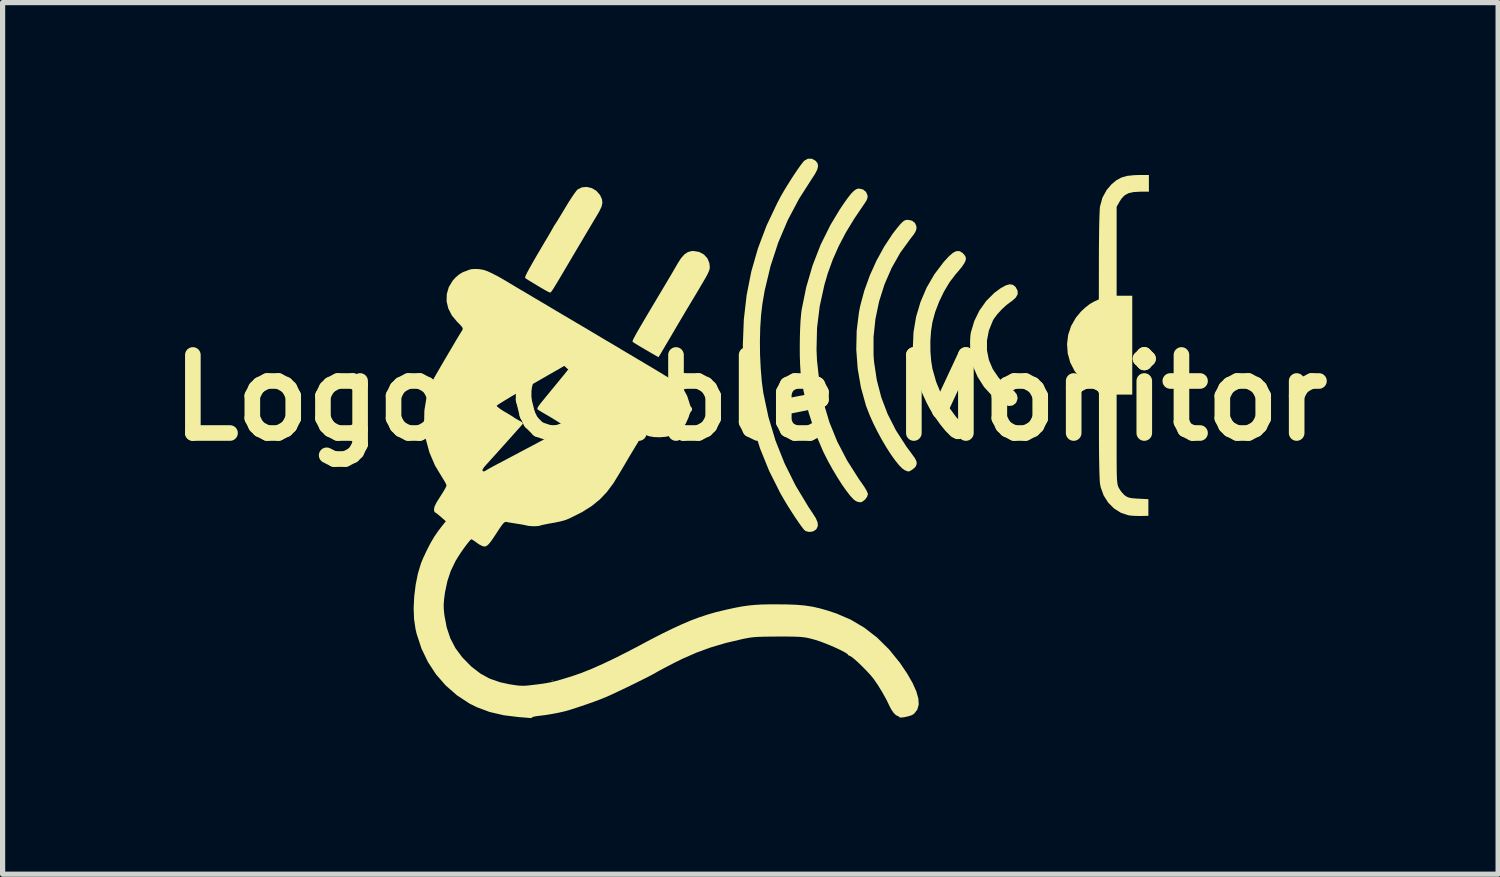
<source format=kicad_pcb>
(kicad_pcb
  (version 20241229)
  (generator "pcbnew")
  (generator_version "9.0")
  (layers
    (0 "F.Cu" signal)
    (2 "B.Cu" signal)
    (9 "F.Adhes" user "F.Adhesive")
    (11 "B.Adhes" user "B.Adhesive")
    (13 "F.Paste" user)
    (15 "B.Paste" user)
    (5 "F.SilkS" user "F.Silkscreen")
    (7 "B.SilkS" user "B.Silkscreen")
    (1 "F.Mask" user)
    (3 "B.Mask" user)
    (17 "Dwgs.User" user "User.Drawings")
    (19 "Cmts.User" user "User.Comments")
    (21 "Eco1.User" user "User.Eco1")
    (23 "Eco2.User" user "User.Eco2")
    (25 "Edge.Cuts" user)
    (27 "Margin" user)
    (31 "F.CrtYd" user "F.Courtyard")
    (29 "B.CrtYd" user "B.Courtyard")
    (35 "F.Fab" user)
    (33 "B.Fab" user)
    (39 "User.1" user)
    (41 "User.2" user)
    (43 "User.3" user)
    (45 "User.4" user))
  (footprint "Logo Cable Monitor"
    (layer "F.Cu")
    (at 11.371 4.594)
    (property "Reference" "Logo Cable Monitor" (at 0 0 0) (layer "F.SilkS") (effects (font (size 1.5 1.5) (thickness 0.3))))
    (attr board_only exclude_from_pos_files exclude_from_bom)
    (fp_poly (pts (xy -3.8 5.43) (xy -3.81 5.44) (xy -3.82 5.43) (xy -3.81 5.42)) (stroke (width 0) (type solid)) (fill yes) (layer "F.SilkS"))
    (fp_poly (pts (xy 5.049 -2.169) (xy 5.099 -2.127) (xy 5.137 -2.056) (xy 5.138 -1.988) (xy 5.1 -1.922) (xy 5.023 -1.855) (xy 5.001 -1.841) (xy 4.918 -1.778) (xy 4.831 -1.697) (xy 4.75 -1.609) (xy 4.686 -1.524) (xy 4.661 -1.482) (xy 4.585 -1.293) (xy 4.548 -1.101) (xy 4.548 -0.91) (xy 4.585 -0.726) (xy 4.659 -0.551) (xy 4.769 -0.389) (xy 4.817 -0.334) (xy 4.877 -0.275) (xy 4.933 -0.225) (xy 4.974 -0.193) (xy 4.98 -0.19) (xy 5.068 -0.13) (xy 5.121 -0.063) (xy 5.138 0.009) (xy 5.116 0.081) (xy 5.099 0.107) (xy 5.042 0.149) (xy 4.968 0.159) (xy 4.883 0.135) (xy 4.83 0.106) (xy 4.647 -0.036) (xy 4.492 -0.206) (xy 4.367 -0.403) (xy 4.271 -0.625) (xy 4.269 -0.63) (xy 4.248 -0.717) (xy 4.233 -0.829) (xy 4.225 -0.955) (xy 4.223 -1.08) (xy 4.229 -1.192) (xy 4.239 -1.257) (xy 4.304 -1.474) (xy 4.403 -1.676) (xy 4.532 -1.858) (xy 4.688 -2.014) (xy 4.808 -2.103) (xy 4.906 -2.158) (xy 4.985 -2.18)) (stroke (width 0) (type solid)) (fill yes) (layer "F.SilkS"))
    (fp_poly (pts (xy 4.02 -2.818) (xy 4.078 -2.783) (xy 4.091 -2.771) (xy 4.126 -2.729) (xy 4.143 -2.688) (xy 4.139 -2.641) (xy 4.113 -2.585) (xy 4.064 -2.513) (xy 3.988 -2.421) (xy 3.944 -2.371) (xy 3.83 -2.222) (xy 3.724 -2.044) (xy 3.629 -1.848) (xy 3.552 -1.646) (xy 3.499 -1.45) (xy 3.473 -1.28) (xy 3.46 -1.09) (xy 3.461 -0.893) (xy 3.476 -0.706) (xy 3.5 -0.558) (xy 3.571 -0.305) (xy 3.666 -0.073) (xy 3.79 0.146) (xy 3.947 0.36) (xy 4.054 0.484) (xy 4.117 0.57) (xy 4.142 0.646) (xy 4.127 0.714) (xy 4.094 0.757) (xy 4.027 0.795) (xy 3.954 0.795) (xy 3.876 0.757) (xy 3.848 0.736) (xy 3.75 0.637) (xy 3.646 0.509) (xy 3.543 0.363) (xy 3.447 0.208) (xy 3.392 0.105) (xy 3.307 -0.079) (xy 3.242 -0.255) (xy 3.192 -0.437) (xy 3.153 -0.641) (xy 3.148 -0.67) (xy 3.123 -0.963) (xy 3.136 -1.259) (xy 3.185 -1.552) (xy 3.27 -1.839) (xy 3.387 -2.113) (xy 3.537 -2.372) (xy 3.717 -2.61) (xy 3.812 -2.713) (xy 3.891 -2.783) (xy 3.959 -2.818)) (stroke (width 0) (type solid)) (fill yes) (layer "F.SilkS"))
    (fp_poly (pts (xy 3.108 -3.403) (xy 3.164 -3.358) (xy 3.19 -3.301) (xy 3.194 -3.254) (xy 3.18 -3.205) (xy 3.147 -3.146) (xy 3.088 -3.07) (xy 3.08 -3.06) (xy 2.883 -2.789) (xy 2.716 -2.494) (xy 2.579 -2.18) (xy 2.475 -1.851) (xy 2.404 -1.512) (xy 2.368 -1.166) (xy 2.368 -0.82) (xy 2.378 -0.688) (xy 2.43 -0.342) (xy 2.516 -0.01) (xy 2.638 0.312) (xy 2.798 0.626) (xy 2.996 0.934) (xy 3.109 1.087) (xy 3.164 1.164) (xy 3.193 1.223) (xy 3.197 1.273) (xy 3.179 1.321) (xy 3.154 1.349) (xy 3.112 1.382) (xy 3.069 1.408) (xy 3.038 1.419) (xy 3.036 1.418) (xy 3.015 1.411) (xy 2.978 1.398) (xy 2.924 1.363) (xy 2.857 1.296) (xy 2.781 1.201) (xy 2.698 1.085) (xy 2.612 0.951) (xy 2.526 0.805) (xy 2.443 0.652) (xy 2.365 0.496) (xy 2.296 0.342) (xy 2.239 0.196) (xy 2.222 0.15) (xy 2.125 -0.199) (xy 2.063 -0.56) (xy 2.036 -0.925) (xy 2.044 -1.289) (xy 2.088 -1.645) (xy 2.113 -1.77) (xy 2.191 -2.059) (xy 2.297 -2.352) (xy 2.427 -2.639) (xy 2.576 -2.91) (xy 2.739 -3.156) (xy 2.828 -3.27) (xy 2.887 -3.34) (xy 2.931 -3.384) (xy 2.967 -3.408) (xy 3.003 -3.418) (xy 3.031 -3.419)) (stroke (width 0) (type solid)) (fill yes) (layer "F.SilkS"))
    (fp_poly (pts (xy -0.983 -2.802) (xy -0.893 -2.753) (xy -0.825 -2.679) (xy -0.787 -2.585) (xy -0.78 -2.521) (xy -0.78 -2.498) (xy -0.783 -2.475) (xy -0.79 -2.449) (xy -0.803 -2.417) (xy -0.823 -2.374) (xy -0.854 -2.316) (xy -0.897 -2.242) (xy -0.954 -2.145) (xy -1.026 -2.023) (xy -1.117 -1.872) (xy -1.16 -1.8) (xy -1.208 -1.72) (xy -1.27 -1.616) (xy -1.341 -1.496) (xy -1.415 -1.371) (xy -1.48 -1.26) (xy -1.563 -1.118) (xy -1.629 -1.007) (xy -1.678 -0.924) (xy -1.714 -0.863) (xy -1.738 -0.822) (xy -1.754 -0.797) (xy -1.762 -0.785) (xy -1.766 -0.781) (xy -1.767 -0.78) (xy -1.784 -0.79) (xy -1.83 -0.816) (xy -1.897 -0.855) (xy -1.98 -0.903) (xy -2.007 -0.919) (xy -2.095 -0.97) (xy -2.171 -1.016) (xy -2.228 -1.051) (xy -2.258 -1.071) (xy -2.261 -1.073) (xy -2.264 -1.08) (xy -2.262 -1.093) (xy -2.254 -1.114) (xy -2.238 -1.147) (xy -2.213 -1.193) (xy -2.179 -1.255) (xy -2.132 -1.337) (xy -2.072 -1.439) (xy -1.998 -1.565) (xy -1.907 -1.718) (xy -1.799 -1.899) (xy -1.672 -2.112) (xy -1.649 -2.15) (xy -1.585 -2.259) (xy -1.52 -2.368) (xy -1.461 -2.469) (xy -1.414 -2.55) (xy -1.4 -2.575) (xy -1.331 -2.683) (xy -1.266 -2.756) (xy -1.199 -2.8) (xy -1.124 -2.819) (xy -1.09 -2.82)) (stroke (width 0) (type solid)) (fill yes) (layer "F.SilkS"))
    (fp_poly (pts (xy -3.045 -4.028) (xy -2.96 -3.977) (xy -2.892 -3.9) (xy -2.885 -3.889) (xy -2.852 -3.816) (xy -2.843 -3.748) (xy -2.859 -3.674) (xy -2.901 -3.585) (xy -2.922 -3.549) (xy -2.963 -3.479) (xy -3.018 -3.387) (xy -3.081 -3.281) (xy -3.144 -3.175) (xy -3.159 -3.15) (xy -3.221 -3.045) (xy -3.297 -2.917) (xy -3.379 -2.779) (xy -3.461 -2.64) (xy -3.52 -2.54) (xy -3.607 -2.393) (xy -3.676 -2.276) (xy -3.73 -2.187) (xy -3.77 -2.121) (xy -3.799 -2.075) (xy -3.819 -2.046) (xy -3.833 -2.03) (xy -3.843 -2.023) (xy -3.85 -2.021) (xy -3.874 -2.031) (xy -3.925 -2.057) (xy -3.995 -2.097) (xy -4.079 -2.146) (xy -4.09 -2.153) (xy -4.174 -2.204) (xy -4.247 -2.248) (xy -4.3 -2.282) (xy -4.327 -2.3) (xy -4.328 -2.301) (xy -4.328 -2.317) (xy -4.315 -2.353) (xy -4.286 -2.412) (xy -4.241 -2.495) (xy -4.179 -2.605) (xy -4.099 -2.744) (xy -3.999 -2.913) (xy -3.948 -3) (xy -3.893 -3.091) (xy -3.846 -3.172) (xy -3.81 -3.235) (xy -3.789 -3.273) (xy -3.785 -3.28) (xy -3.763 -3.319) (xy -3.754 -3.33) (xy -3.739 -3.353) (xy -3.706 -3.404) (xy -3.661 -3.479) (xy -3.606 -3.569) (xy -3.553 -3.658) (xy -3.491 -3.76) (xy -3.431 -3.853) (xy -3.379 -3.929) (xy -3.339 -3.982) (xy -3.318 -4.004) (xy -3.234 -4.044) (xy -3.14 -4.051)) (stroke (width 0) (type solid)) (fill yes) (layer "F.SilkS"))
    (fp_poly (pts (xy 1.247 -4.559) (xy 1.289 -4.512) (xy 1.302 -4.456) (xy 1.287 -4.387) (xy 1.243 -4.3) (xy 1.192 -4.223) (xy 0.938 -3.826) (xy 0.718 -3.411) (xy 0.535 -2.979) (xy 0.388 -2.529) (xy 0.276 -2.062) (xy 0.231 -1.8) (xy 0.206 -1.585) (xy 0.19 -1.342) (xy 0.184 -1.081) (xy 0.187 -0.815) (xy 0.2 -0.552) (xy 0.221 -0.305) (xy 0.25 -0.09) (xy 0.348 0.372) (xy 0.483 0.822) (xy 0.657 1.26) (xy 0.869 1.687) (xy 1.119 2.102) (xy 1.198 2.219) (xy 1.26 2.318) (xy 1.293 2.397) (xy 1.298 2.461) (xy 1.276 2.515) (xy 1.259 2.536) (xy 1.204 2.57) (xy 1.133 2.58) (xy 1.066 2.564) (xy 1.057 2.559) (xy 1.029 2.533) (xy 0.985 2.477) (xy 0.929 2.398) (xy 0.864 2.303) (xy 0.794 2.195) (xy 0.722 2.082) (xy 0.654 1.969) (xy 0.592 1.862) (xy 0.574 1.83) (xy 0.361 1.405) (xy 0.186 0.973) (xy 0.049 0.531) (xy -0.051 0.077) (xy -0.115 -0.39) (xy -0.142 -0.874) (xy -0.144 -1.02) (xy -0.125 -1.505) (xy -0.071 -1.973) (xy 0.019 -2.428) (xy 0.147 -2.873) (xy 0.312 -3.309) (xy 0.517 -3.741) (xy 0.585 -3.87) (xy 0.64 -3.966) (xy 0.704 -4.072) (xy 0.774 -4.183) (xy 0.844 -4.291) (xy 0.911 -4.39) (xy 0.969 -4.472) (xy 1.015 -4.531) (xy 1.037 -4.555) (xy 1.104 -4.593) (xy 1.178 -4.594)) (stroke (width 0) (type solid)) (fill yes) (layer "F.SilkS"))
    (fp_poly (pts (xy 2.167 -4.002) (xy 2.224 -3.954) (xy 2.252 -3.89) (xy 2.253 -3.846) (xy 2.237 -3.799) (xy 2.198 -3.737) (xy 2.193 -3.73) (xy 2 -3.445) (xy 1.836 -3.176) (xy 1.699 -2.915) (xy 1.584 -2.655) (xy 1.488 -2.39) (xy 1.423 -2.167) (xy 1.333 -1.756) (xy 1.282 -1.342) (xy 1.272 -0.923) (xy 1.281 -0.718) (xy 1.326 -0.305) (xy 1.405 0.09) (xy 1.52 0.472) (xy 1.67 0.842) (xy 1.859 1.205) (xy 2.086 1.563) (xy 2.146 1.648) (xy 2.196 1.721) (xy 2.234 1.787) (xy 2.256 1.836) (xy 2.26 1.852) (xy 2.244 1.904) (xy 2.204 1.958) (xy 2.153 1.998) (xy 2.13 2.008) (xy 2.085 2.007) (xy 2.031 1.989) (xy 2.03 1.989) (xy 1.98 1.95) (xy 1.916 1.88) (xy 1.842 1.784) (xy 1.759 1.666) (xy 1.673 1.531) (xy 1.585 1.384) (xy 1.499 1.23) (xy 1.419 1.073) (xy 1.398 1.03) (xy 1.245 0.67) (xy 1.121 0.285) (xy 1.023 -0.128) (xy 0.976 -0.4) (xy 0.964 -0.508) (xy 0.956 -0.647) (xy 0.951 -0.807) (xy 0.95 -0.98) (xy 0.952 -1.157) (xy 0.957 -1.328) (xy 0.965 -1.485) (xy 0.977 -1.618) (xy 0.986 -1.69) (xy 1.074 -2.124) (xy 1.196 -2.542) (xy 1.352 -2.943) (xy 1.541 -3.323) (xy 1.715 -3.612) (xy 1.805 -3.746) (xy 1.879 -3.849) (xy 1.939 -3.924) (xy 1.99 -3.975) (xy 2.033 -4.006) (xy 2.073 -4.019) (xy 2.09 -4.02)) (stroke (width 0) (type solid)) (fill yes) (layer "F.SilkS"))
    (fp_poly (pts (xy 7.66 -4.12) (xy 7.66 -3.96) (xy 7.495 -3.96) (xy 7.368 -3.953) (xy 7.271 -3.932) (xy 7.196 -3.892) (xy 7.136 -3.83) (xy 7.101 -3.777) (xy 7.04 -3.67) (xy 7.04 -2.815) (xy 7.04 -1.96) (xy 7.19 -1.96) (xy 7.34 -1.96) (xy 7.34 -1.01) (xy 7.34 -0.06) (xy 7.19 -0.06) (xy 7.04 -0.06) (xy 7.04 0.794) (xy 7.04 1.001) (xy 7.04 1.173) (xy 7.041 1.312) (xy 7.042 1.423) (xy 7.044 1.509) (xy 7.047 1.575) (xy 7.052 1.625) (xy 7.057 1.662) (xy 7.064 1.69) (xy 7.072 1.713) (xy 7.082 1.734) (xy 7.125 1.801) (xy 7.179 1.862) (xy 7.195 1.876) (xy 7.234 1.902) (xy 7.274 1.919) (xy 7.326 1.93) (xy 7.402 1.937) (xy 7.458 1.94) (xy 7.65 1.95) (xy 7.65 2.11) (xy 7.65 2.27) (xy 7.5 2.273) (xy 7.412 2.272) (xy 7.327 2.267) (xy 7.264 2.259) (xy 7.119 2.21) (xy 6.988 2.127) (xy 6.878 2.016) (xy 6.792 1.881) (xy 6.735 1.726) (xy 6.721 1.657) (xy 6.716 1.607) (xy 6.712 1.522) (xy 6.708 1.406) (xy 6.705 1.264) (xy 6.702 1.1) (xy 6.701 0.919) (xy 6.7 0.725) (xy 6.7 0.706) (xy 6.7 -0.118) (xy 6.581 -0.181) (xy 6.505 -0.229) (xy 6.423 -0.294) (xy 6.35 -0.362) (xy 6.35 -0.362) (xy 6.232 -0.513) (xy 6.148 -0.678) (xy 6.1 -0.852) (xy 6.087 -1.03) (xy 6.108 -1.207) (xy 6.165 -1.378) (xy 6.257 -1.539) (xy 6.358 -1.66) (xy 6.442 -1.737) (xy 6.526 -1.802) (xy 6.594 -1.842) (xy 6.698 -1.89) (xy 6.699 -2.72) (xy 6.7 -2.913) (xy 6.702 -3.094) (xy 6.704 -3.26) (xy 6.707 -3.405) (xy 6.711 -3.525) (xy 6.715 -3.615) (xy 6.72 -3.671) (xy 6.721 -3.677) (xy 6.767 -3.845) (xy 6.849 -3.994) (xy 6.942 -4.102) (xy 7.034 -4.179) (xy 7.132 -4.232) (xy 7.245 -4.264) (xy 7.383 -4.278) (xy 7.461 -4.28) (xy 7.66 -4.28)) (stroke (width 0) (type solid)) (fill yes) (layer "F.SilkS"))
    (fp_poly (pts (xy -5.209 -2.471) (xy -5.13 -2.458) (xy -5.054 -2.432) (xy -4.948 -2.383) (xy -4.815 -2.312) (xy -4.655 -2.219) (xy -4.608 -2.19) (xy -4.564 -2.164) (xy -4.496 -2.123) (xy -4.413 -2.074) (xy -4.336 -2.029) (xy -4.242 -1.973) (xy -4.126 -1.904) (xy -4.002 -1.831) (xy -3.882 -1.76) (xy -3.85 -1.741) (xy -3.732 -1.67) (xy -3.603 -1.594) (xy -3.477 -1.52) (xy -3.369 -1.456) (xy -3.346 -1.442) (xy -3.256 -1.389) (xy -3.141 -1.322) (xy -3.013 -1.245) (xy -2.88 -1.166) (xy -2.756 -1.092) (xy -2.633 -1.02) (xy -2.487 -0.932) (xy -2.326 -0.837) (xy -2.16 -0.738) (xy -1.999 -0.643) (xy -1.9 -0.584) (xy -1.77 -0.506) (xy -1.65 -0.433) (xy -1.543 -0.367) (xy -1.455 -0.311) (xy -1.391 -0.269) (xy -1.356 -0.244) (xy -1.354 -0.242) (xy -1.279 -0.153) (xy -1.216 -0.039) (xy -1.177 0.079) (xy -1.16 0.136) (xy -1.145 0.172) (xy -1.137 0.18) (xy -1.123 0.197) (xy -1.12 0.22) (xy -1.127 0.253) (xy -1.137 0.26) (xy -1.151 0.278) (xy -1.17 0.323) (xy -1.186 0.375) (xy -1.241 0.498) (xy -1.329 0.608) (xy -1.444 0.697) (xy -1.45 0.7) (xy -1.528 0.731) (xy -1.631 0.751) (xy -1.744 0.76) (xy -1.854 0.756) (xy -1.946 0.74) (xy -1.97 0.731) (xy -2.021 0.711) (xy -2.05 0.709) (xy -2.073 0.726) (xy -2.087 0.744) (xy -2.108 0.774) (xy -2.145 0.833) (xy -2.196 0.916) (xy -2.256 1.016) (xy -2.323 1.128) (xy -2.354 1.18) (xy -2.423 1.298) (xy -2.489 1.409) (xy -2.548 1.507) (xy -2.596 1.585) (xy -2.628 1.638) (xy -2.636 1.65) (xy -2.758 1.813) (xy -2.894 1.956) (xy -3.051 2.083) (xy -3.234 2.198) (xy -3.449 2.306) (xy -3.54 2.346) (xy -3.59 2.362) (xy -3.667 2.381) (xy -3.759 2.4) (xy -3.81 2.409) (xy -3.898 2.425) (xy -3.972 2.44) (xy -4.024 2.452) (xy -4.04 2.458) (xy -4.078 2.466) (xy -4.139 2.47) (xy -4.209 2.468) (xy -4.27 2.462) (xy -4.3 2.456) (xy -4.333 2.448) (xy -4.394 2.436) (xy -4.471 2.424) (xy -4.49 2.421) (xy -4.571 2.408) (xy -4.641 2.397) (xy -4.686 2.388) (xy -4.692 2.387) (xy -4.713 2.388) (xy -4.738 2.405) (xy -4.77 2.442) (xy -4.814 2.504) (xy -4.86 2.574) (xy -4.93 2.681) (xy -4.983 2.758) (xy -5.025 2.81) (xy -5.058 2.841) (xy -5.087 2.856) (xy -5.115 2.86) (xy -5.157 2.848) (xy -5.214 2.818) (xy -5.254 2.79) (xy -5.306 2.752) (xy -5.346 2.727) (xy -5.361 2.72) (xy -5.382 2.736) (xy -5.418 2.778) (xy -5.466 2.839) (xy -5.52 2.913) (xy -5.574 2.992) (xy -5.624 3.069) (xy -5.664 3.136) (xy -5.667 3.141) (xy -5.758 3.33) (xy -5.822 3.522) (xy -5.867 3.734) (xy -5.872 3.764) (xy -5.886 3.876) (xy -5.893 3.964) (xy -5.893 4.045) (xy -5.885 4.134) (xy -5.88 4.179) (xy -5.836 4.414) (xy -5.766 4.624) (xy -5.667 4.814) (xy -5.535 4.991) (xy -5.367 5.162) (xy -5.352 5.175) (xy -5.187 5.302) (xy -5.011 5.398) (xy -4.814 5.467) (xy -4.636 5.506) (xy -4.536 5.522) (xy -4.46 5.532) (xy -4.394 5.536) (xy -4.327 5.535) (xy -4.246 5.528) (xy -4.14 5.515) (xy -4.118 5.513) (xy -4.011 5.499) (xy -3.92 5.485) (xy -3.834 5.468) (xy -3.744 5.446) (xy -3.642 5.418) (xy -3.517 5.38) (xy -3.42 5.35) (xy -3.245 5.289) (xy -3.043 5.208) (xy -2.819 5.108) (xy -2.578 4.993) (xy -2.326 4.865) (xy -2.19 4.794) (xy -1.933 4.657) (xy -1.705 4.539) (xy -1.5 4.439) (xy -1.315 4.354) (xy -1.144 4.281) (xy -0.981 4.22) (xy -0.823 4.168) (xy -0.664 4.122) (xy -0.498 4.082) (xy -0.46 4.073) (xy -0.3 4.038) (xy -0.163 4.012) (xy -0.038 3.994) (xy 0.086 3.982) (xy 0.22 3.974) (xy 0.374 3.971) (xy 0.51 3.971) (xy 0.718 3.973) (xy 0.895 3.98) (xy 1.05 3.994) (xy 1.194 4.016) (xy 1.335 4.048) (xy 1.483 4.09) (xy 1.646 4.144) (xy 1.65 4.145) (xy 1.927 4.264) (xy 2.189 4.419) (xy 2.435 4.609) (xy 2.664 4.835) (xy 2.875 5.095) (xy 3.015 5.303) (xy 3.119 5.484) (xy 3.19 5.643) (xy 3.229 5.78) (xy 3.236 5.896) (xy 3.21 5.992) (xy 3.152 6.068) (xy 3.128 6.087) (xy 3.088 6.107) (xy 3.031 6.124) (xy 2.969 6.138) (xy 2.912 6.146) (xy 2.872 6.145) (xy 2.86 6.137) (xy 2.845 6.12) (xy 2.84 6.12) (xy 2.801 6.103) (xy 2.754 6.057) (xy 2.708 5.99) (xy 2.679 5.934) (xy 2.612 5.797) (xy 2.533 5.655) (xy 2.45 5.52) (xy 2.372 5.407) (xy 2.356 5.387) (xy 2.301 5.321) (xy 2.233 5.248) (xy 2.159 5.172) (xy 2.085 5.1) (xy 2.016 5.038) (xy 1.959 4.99) (xy 1.919 4.964) (xy 1.908 4.96) (xy 1.883 4.95) (xy 1.88 4.942) (xy 1.862 4.922) (xy 1.814 4.892) (xy 1.742 4.854) (xy 1.652 4.811) (xy 1.552 4.767) (xy 1.449 4.725) (xy 1.349 4.687) (xy 1.26 4.657) (xy 1.22 4.646) (xy 1.151 4.628) (xy 1.092 4.614) (xy 1.035 4.605) (xy 0.973 4.598) (xy 0.899 4.594) (xy 0.806 4.591) (xy 0.688 4.59) (xy 0.54 4.59) (xy 0.383 4.591) (xy 0.259 4.593) (xy 0.159 4.596) (xy 0.077 4.601) (xy 0.005 4.609) (xy -0.065 4.621) (xy -0.141 4.636) (xy -0.15 4.638) (xy -0.47 4.713) (xy -0.761 4.799) (xy -1.035 4.899) (xy -1.302 5.016) (xy -1.46 5.094) (xy -1.566 5.149) (xy -1.66 5.198) (xy -1.736 5.239) (xy -1.788 5.267) (xy -1.81 5.28) (xy -1.84 5.298) (xy -1.9 5.33) (xy -1.984 5.374) (xy -2.087 5.425) (xy -2.201 5.482) (xy -2.322 5.541) (xy -2.442 5.599) (xy -2.557 5.653) (xy -2.659 5.701) (xy -2.744 5.74) (xy -2.77 5.751) (xy -2.876 5.794) (xy -3.011 5.845) (xy -3.165 5.899) (xy -3.329 5.954) (xy -3.49 6.006) (xy -3.58 6.03) (xy -3.695 6.056) (xy -3.822 6.08) (xy -3.947 6.1) (xy -4.054 6.113) (xy -4.065 6.114) (xy -4.129 6.123) (xy -4.176 6.134) (xy -4.191 6.142) (xy -4.213 6.157) (xy -4.216 6.157) (xy -4.241 6.155) (xy -4.296 6.15) (xy -4.374 6.144) (xy -4.441 6.139) (xy -4.737 6.103) (xy -5.009 6.04) (xy -5.254 5.949) (xy -5.397 5.878) (xy -5.639 5.719) (xy -5.854 5.531) (xy -6.041 5.317) (xy -6.197 5.078) (xy -6.322 4.817) (xy -6.414 4.535) (xy -6.435 4.445) (xy -6.463 4.255) (xy -6.471 4.043) (xy -6.46 3.819) (xy -6.432 3.593) (xy -6.389 3.378) (xy -6.33 3.183) (xy -6.292 3.09) (xy -6.214 2.924) (xy -6.143 2.787) (xy -6.073 2.669) (xy -5.999 2.561) (xy -5.923 2.462) (xy -5.852 2.374) (xy -5.951 2.287) (xy -6.004 2.243) (xy -6.045 2.212) (xy -6.065 2.2) (xy -6.075 2.183) (xy -6.08 2.14) (xy -6.08 2.139) (xy -6.067 2.086) (xy -6.028 2.007) (xy -5.961 1.902) (xy -5.96 1.9) (xy -5.911 1.823) (xy -5.871 1.756) (xy -5.846 1.707) (xy -5.84 1.687) (xy -5.851 1.653) (xy -5.88 1.6) (xy -5.917 1.541) (xy -6.002 1.4) (xy -5.15 1.4) (xy -5.122 1.419) (xy -5.089 1.403) (xy -5.064 1.387) (xy -5.012 1.357) (xy -4.941 1.318) (xy -4.87 1.28) (xy -4.767 1.226) (xy -4.657 1.168) (xy -4.555 1.114) (xy -4.51 1.09) (xy -4.416 1.04) (xy -4.306 0.982) (xy -4.2 0.926) (xy -4.17 0.91) (xy -4.067 0.855) (xy -3.952 0.794) (xy -3.846 0.738) (xy -3.82 0.724) (xy -3.741 0.681) (xy -3.671 0.645) (xy -3.62 0.618) (xy -3.605 0.611) (xy -3.572 0.585) (xy -3.565 0.562) (xy -3.583 0.542) (xy -3.63 0.507) (xy -3.698 0.461) (xy -3.781 0.41) (xy -3.8 0.398) (xy -3.889 0.345) (xy -3.97 0.298) (xy -4.033 0.26) (xy -4.07 0.238) (xy -4.074 0.236) (xy -4.088 0.226) (xy -4.094 0.213) (xy -4.089 0.193) (xy -4.071 0.161) (xy -4.036 0.114) (xy -3.981 0.046) (xy -3.905 -0.047) (xy -3.878 -0.08) (xy -3.754 -0.231) (xy -3.653 -0.354) (xy -3.573 -0.452) (xy -3.512 -0.529) (xy -3.468 -0.586) (xy -3.438 -0.627) (xy -3.42 -0.654) (xy -3.411 -0.671) (xy -3.411 -0.681) (xy -3.412 -0.683) (xy -3.434 -0.686) (xy -3.474 -0.67) (xy -3.476 -0.669) (xy -3.505 -0.652) (xy -3.565 -0.618) (xy -3.651 -0.568) (xy -3.759 -0.506) (xy -3.886 -0.434) (xy -4.026 -0.353) (xy -4.176 -0.267) (xy -4.199 -0.254) (xy -4.348 -0.168) (xy -4.486 -0.087) (xy -4.609 -0.015) (xy -4.713 0.048) (xy -4.794 0.098) (xy -4.849 0.134) (xy -4.874 0.152) (xy -4.875 0.154) (xy -4.862 0.173) (xy -4.821 0.206) (xy -4.76 0.247) (xy -4.726 0.267) (xy -4.654 0.309) (xy -4.594 0.346) (xy -4.555 0.371) (xy -4.548 0.377) (xy -4.517 0.397) (xy -4.466 0.426) (xy -4.441 0.44) (xy -4.391 0.467) (xy -4.372 0.487) (xy -4.377 0.506) (xy -4.385 0.516) (xy -4.414 0.55) (xy -4.465 0.607) (xy -4.533 0.683) (xy -4.612 0.772) (xy -4.699 0.869) (xy -4.787 0.967) (xy -4.872 1.062) (xy -4.95 1.148) (xy -5.014 1.219) (xy -5.06 1.27) (xy -5.074 1.285) (xy -5.118 1.336) (xy -5.145 1.378) (xy -5.15 1.4) (xy -6.002 1.4) (xy -6.061 1.302) (xy -6.168 1.051) (xy -6.239 0.79) (xy -6.271 0.524) (xy -6.265 0.255) (xy -6.262 0.228) (xy -6.234 0.057) (xy -6.192 -0.111) (xy -6.138 -0.26) (xy -6.11 -0.32) (xy -6.087 -0.363) (xy -6.047 -0.434) (xy -5.993 -0.527) (xy -5.93 -0.636) (xy -5.861 -0.754) (xy -5.789 -0.876) (xy -5.718 -0.996) (xy -5.653 -1.107) (xy -5.595 -1.203) (xy -5.549 -1.278) (xy -5.538 -1.295) (xy -5.528 -1.318) (xy -5.53 -1.341) (xy -5.55 -1.371) (xy -5.593 -1.417) (xy -5.631 -1.455) (xy -5.736 -1.58) (xy -5.805 -1.715) (xy -5.838 -1.854) (xy -5.834 -1.993) (xy -5.795 -2.127) (xy -5.719 -2.253) (xy -5.66 -2.317) (xy -5.6 -2.367) (xy -5.536 -2.407) (xy -5.504 -2.421) (xy -5.451 -2.44) (xy -5.414 -2.455) (xy -5.41 -2.457) (xy -5.364 -2.47) (xy -5.292 -2.475)) (stroke (width 0) (type solid)) (fill yes) (layer "F.SilkS")))
  (gr_rect
    (start -3 -3)
    (end 25.743 13.751)
    (stroke (width 0.1) (type default))
    (fill no)
    (layer "Edge.Cuts")))
</source>
